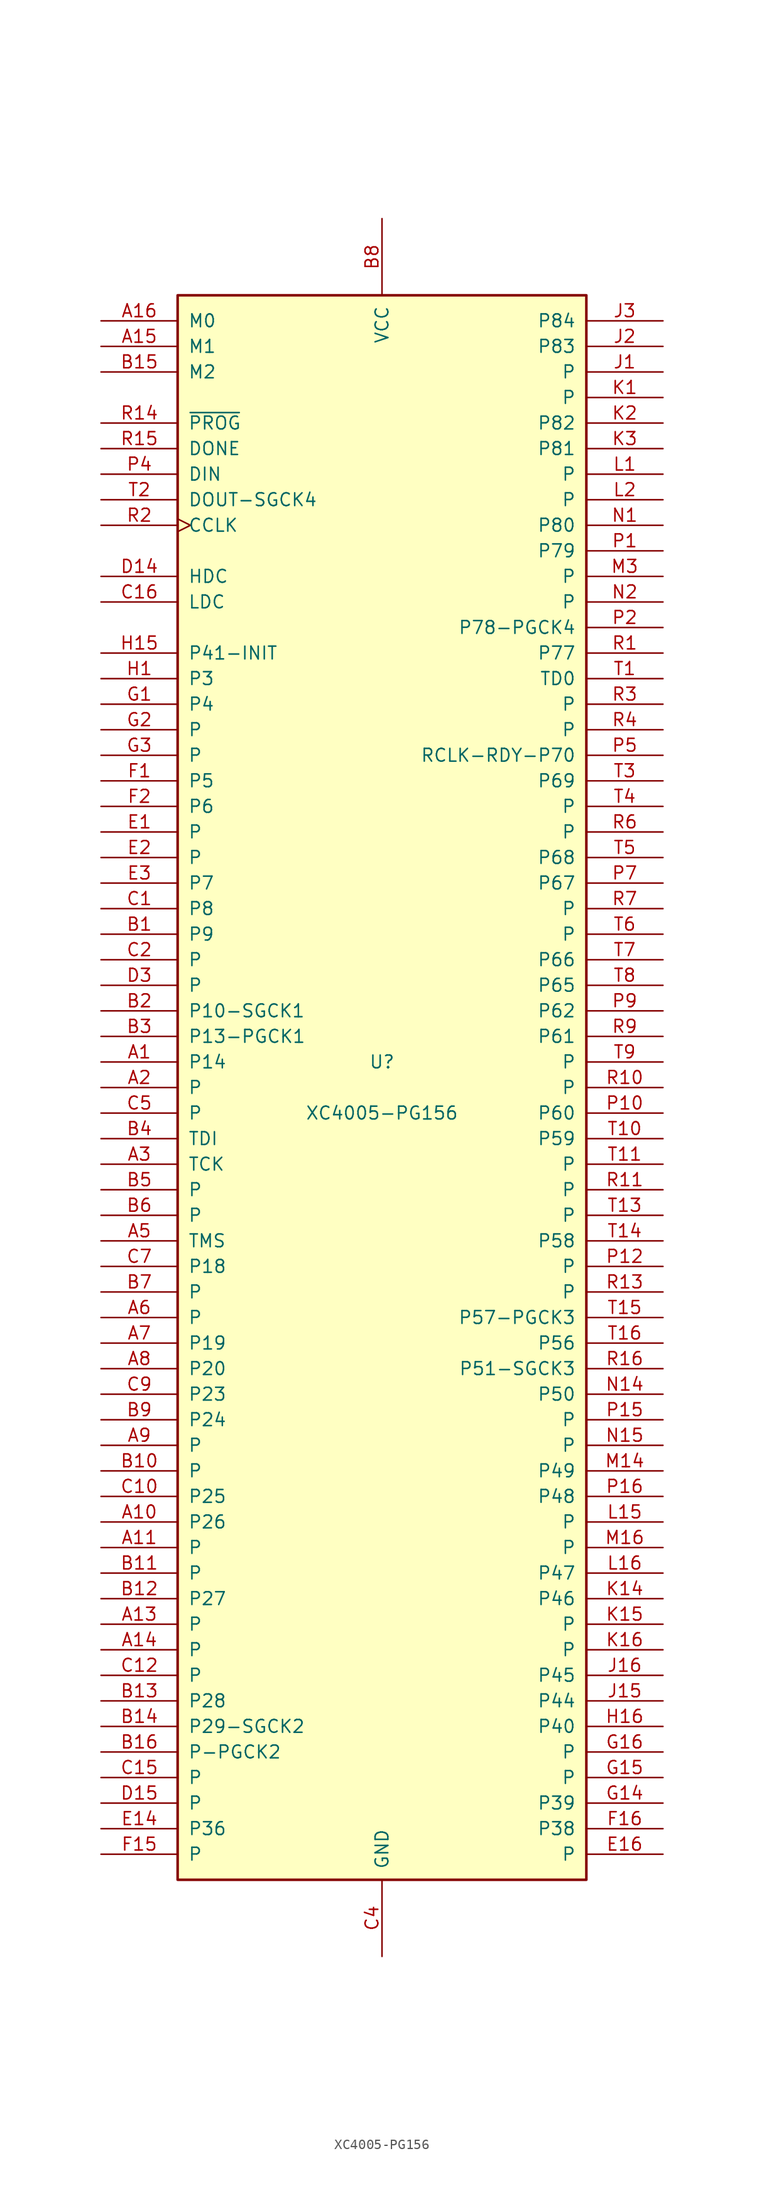
<source format=kicad_sym>
(kicad_symbol_lib
  (version 20220914)
  (generator kicad_symbol_editor)
  (symbol "XC4005-PG156"
    (pin_names
      (offset 1.016))
    (property "Reference" "U"
      (at 0 2.54 0)
      (effects (font (size 1.27 1.27))))
    (property "Value" "XC4005-PG156"
      (at 0 -2.54 0)
      (effects (font (size 1.27 1.27))))
    (symbol "XC4005-PG156_0_1"
      (rectangle (start -20.32 -78.74) (end 20.32 78.74) (stroke (width 0.254) (type default)) (fill (type background))))
    (symbol "XC4005-PG156_1_1"
      (pin passive line (at -27.94 2.54 0) (length 7.62) (name "P14" (effects (font (size 1.27 1.27)))) (number "A1" (effects (font (size 1.27 1.27)))))
      (pin passive line (at -27.94 -43.18 0) (length 7.62) (name "P26" (effects (font (size 1.27 1.27)))) (number "A10" (effects (font (size 1.27 1.27)))))
      (pin passive line (at -27.94 -45.72 0) (length 7.62) (name "P" (effects (font (size 1.27 1.27)))) (number "A11" (effects (font (size 1.27 1.27)))))
      (pin passive line (at -27.94 -53.34 0) (length 7.62) (name "P" (effects (font (size 1.27 1.27)))) (number "A13" (effects (font (size 1.27 1.27)))))
      (pin passive line (at -27.94 -55.88 0) (length 7.62) (name "P" (effects (font (size 1.27 1.27)))) (number "A14" (effects (font (size 1.27 1.27)))))
      (pin input line (at -27.94 73.66 0) (length 7.62) (name "M1" (effects (font (size 1.27 1.27)))) (number "A15" (effects (font (size 1.27 1.27)))))
      (pin input line (at -27.94 76.2 0) (length 7.62) (name "M0" (effects (font (size 1.27 1.27)))) (number "A16" (effects (font (size 1.27 1.27)))))
      (pin passive line (at -27.94 0 0) (length 7.62) (name "P" (effects (font (size 1.27 1.27)))) (number "A2" (effects (font (size 1.27 1.27)))))
      (pin passive line (at -27.94 -7.62 0) (length 7.62) (name "TCK" (effects (font (size 1.27 1.27)))) (number "A3" (effects (font (size 1.27 1.27)))))
      (pin passive line (at -27.94 -15.24 0) (length 7.62) (name "TMS" (effects (font (size 1.27 1.27)))) (number "A5" (effects (font (size 1.27 1.27)))))
      (pin passive line (at -27.94 -22.86 0) (length 7.62) (name "P" (effects (font (size 1.27 1.27)))) (number "A6" (effects (font (size 1.27 1.27)))))
      (pin passive line (at -27.94 -25.4 0) (length 7.62) (name "P19" (effects (font (size 1.27 1.27)))) (number "A7" (effects (font (size 1.27 1.27)))))
      (pin passive line (at -27.94 -27.94 0) (length 7.62) (name "P20" (effects (font (size 1.27 1.27)))) (number "A8" (effects (font (size 1.27 1.27)))))
      (pin passive line (at -27.94 -35.56 0) (length 7.62) (name "P" (effects (font (size 1.27 1.27)))) (number "A9" (effects (font (size 1.27 1.27)))))
      (pin passive line (at -27.94 15.24 0) (length 7.62) (name "P9" (effects (font (size 1.27 1.27)))) (number "B1" (effects (font (size 1.27 1.27)))))
      (pin passive line (at -27.94 -38.1 0) (length 7.62) (name "P" (effects (font (size 1.27 1.27)))) (number "B10" (effects (font (size 1.27 1.27)))))
      (pin passive line (at -27.94 -48.26 0) (length 7.62) (name "P" (effects (font (size 1.27 1.27)))) (number "B11" (effects (font (size 1.27 1.27)))))
      (pin passive line (at -27.94 -50.8 0) (length 7.62) (name "P27" (effects (font (size 1.27 1.27)))) (number "B12" (effects (font (size 1.27 1.27)))))
      (pin passive line (at -27.94 -60.96 0) (length 7.62) (name "P28" (effects (font (size 1.27 1.27)))) (number "B13" (effects (font (size 1.27 1.27)))))
      (pin passive line (at -27.94 -63.5 0) (length 7.62) (name "P29-SGCK2" (effects (font (size 1.27 1.27)))) (number "B14" (effects (font (size 1.27 1.27)))))
      (pin input line (at -27.94 71.12 0) (length 7.62) (name "M2" (effects (font (size 1.27 1.27)))) (number "B15" (effects (font (size 1.27 1.27)))))
      (pin passive line (at -27.94 -66.04 0) (length 7.62) (name "P-PGCK2" (effects (font (size 1.27 1.27)))) (number "B16" (effects (font (size 1.27 1.27)))))
      (pin passive line (at -27.94 7.62 0) (length 7.62) (name "P10-SGCK1" (effects (font (size 1.27 1.27)))) (number "B2" (effects (font (size 1.27 1.27)))))
      (pin passive line (at -27.94 5.08 0) (length 7.62) (name "P13-PGCK1" (effects (font (size 1.27 1.27)))) (number "B3" (effects (font (size 1.27 1.27)))))
      (pin passive line (at -27.94 -5.08 0) (length 7.62) (name "TDI" (effects (font (size 1.27 1.27)))) (number "B4" (effects (font (size 1.27 1.27)))))
      (pin passive line (at -27.94 -10.16 0) (length 7.62) (name "P" (effects (font (size 1.27 1.27)))) (number "B5" (effects (font (size 1.27 1.27)))))
      (pin passive line (at -27.94 -12.7 0) (length 7.62) (name "P" (effects (font (size 1.27 1.27)))) (number "B6" (effects (font (size 1.27 1.27)))))
      (pin passive line (at -27.94 -20.32 0) (length 7.62) (name "P" (effects (font (size 1.27 1.27)))) (number "B7" (effects (font (size 1.27 1.27)))))
      (pin power_in line (at 0 86.36 270) (length 7.62) (name "VCC" (effects (font (size 1.27 1.27)))) (number "B8" (effects (font (size 1.27 1.27)))))
      (pin passive line (at -27.94 -33.02 0) (length 7.62) (name "P24" (effects (font (size 1.27 1.27)))) (number "B9" (effects (font (size 1.27 1.27)))))
      (pin passive line (at -27.94 17.78 0) (length 7.62) (name "P8" (effects (font (size 1.27 1.27)))) (number "C1" (effects (font (size 1.27 1.27)))))
      (pin passive line (at -27.94 -40.64 0) (length 7.62) (name "P25" (effects (font (size 1.27 1.27)))) (number "C10" (effects (font (size 1.27 1.27)))))
      (pin passive line (at 0 -86.36 90) (length 7.62) hide (name "GND" (effects (font (size 1.27 1.27)))) (number "C11" (effects (font (size 1.27 1.27)))))
      (pin passive line (at -27.94 -58.42 0) (length 7.62) (name "P" (effects (font (size 1.27 1.27)))) (number "C12" (effects (font (size 1.27 1.27)))))
      (pin passive line (at 0 -86.36 90) (length 7.62) hide (name "GND" (effects (font (size 1.27 1.27)))) (number "C13" (effects (font (size 1.27 1.27)))))
      (pin passive line (at 0 86.36 270) (length 7.62) hide (name "VCC" (effects (font (size 1.27 1.27)))) (number "C14" (effects (font (size 1.27 1.27)))))
      (pin passive line (at -27.94 -68.58 0) (length 7.62) (name "P" (effects (font (size 1.27 1.27)))) (number "C15" (effects (font (size 1.27 1.27)))))
      (pin passive line (at -27.94 48.26 0) (length 7.62) (name "LDC" (effects (font (size 1.27 1.27)))) (number "C16" (effects (font (size 1.27 1.27)))))
      (pin passive line (at -27.94 12.7 0) (length 7.62) (name "P" (effects (font (size 1.27 1.27)))) (number "C2" (effects (font (size 1.27 1.27)))))
      (pin passive line (at 0 86.36 270) (length 7.62) hide (name "VCC" (effects (font (size 1.27 1.27)))) (number "C3" (effects (font (size 1.27 1.27)))))
      (pin power_in line (at 0 -86.36 90) (length 7.62) (name "GND" (effects (font (size 1.27 1.27)))) (number "C4" (effects (font (size 1.27 1.27)))))
      (pin passive line (at -27.94 -2.54 0) (length 7.62) (name "P" (effects (font (size 1.27 1.27)))) (number "C5" (effects (font (size 1.27 1.27)))))
      (pin passive line (at 0 -86.36 90) (length 7.62) hide (name "GND" (effects (font (size 1.27 1.27)))) (number "C6" (effects (font (size 1.27 1.27)))))
      (pin passive line (at -27.94 -17.78 0) (length 7.62) (name "P18" (effects (font (size 1.27 1.27)))) (number "C7" (effects (font (size 1.27 1.27)))))
      (pin passive line (at 0 -86.36 90) (length 7.62) hide (name "GND" (effects (font (size 1.27 1.27)))) (number "C8" (effects (font (size 1.27 1.27)))))
      (pin passive line (at -27.94 -30.48 0) (length 7.62) (name "P23" (effects (font (size 1.27 1.27)))) (number "C9" (effects (font (size 1.27 1.27)))))
      (pin passive line (at -27.94 50.8 0) (length 7.62) (name "HDC" (effects (font (size 1.27 1.27)))) (number "D14" (effects (font (size 1.27 1.27)))))
      (pin passive line (at -27.94 -71.12 0) (length 7.62) (name "P" (effects (font (size 1.27 1.27)))) (number "D15" (effects (font (size 1.27 1.27)))))
      (pin passive line (at -27.94 10.16 0) (length 7.62) (name "P" (effects (font (size 1.27 1.27)))) (number "D3" (effects (font (size 1.27 1.27)))))
      (pin passive line (at -27.94 25.4 0) (length 7.62) (name "P" (effects (font (size 1.27 1.27)))) (number "E1" (effects (font (size 1.27 1.27)))))
      (pin bidirectional line (at -27.94 -73.66 0) (length 7.62) (name "P36" (effects (font (size 1.27 1.27)))) (number "E14" (effects (font (size 1.27 1.27)))))
      (pin passive line (at 27.94 -76.2 180) (length 7.62) (name "P" (effects (font (size 1.27 1.27)))) (number "E16" (effects (font (size 1.27 1.27)))))
      (pin passive line (at -27.94 22.86 0) (length 7.62) (name "P" (effects (font (size 1.27 1.27)))) (number "E2" (effects (font (size 1.27 1.27)))))
      (pin passive line (at -27.94 20.32 0) (length 7.62) (name "P7" (effects (font (size 1.27 1.27)))) (number "E3" (effects (font (size 1.27 1.27)))))
      (pin passive line (at -27.94 30.48 0) (length 7.62) (name "P5" (effects (font (size 1.27 1.27)))) (number "F1" (effects (font (size 1.27 1.27)))))
      (pin passive line (at 0 -86.36 90) (length 7.62) hide (name "GND" (effects (font (size 1.27 1.27)))) (number "F14" (effects (font (size 1.27 1.27)))))
      (pin passive line (at -27.94 -76.2 0) (length 7.62) (name "P" (effects (font (size 1.27 1.27)))) (number "F15" (effects (font (size 1.27 1.27)))))
      (pin passive line (at 27.94 -73.66 180) (length 7.62) (name "P38" (effects (font (size 1.27 1.27)))) (number "F16" (effects (font (size 1.27 1.27)))))
      (pin passive line (at -27.94 27.94 0) (length 7.62) (name "P6" (effects (font (size 1.27 1.27)))) (number "F2" (effects (font (size 1.27 1.27)))))
      (pin passive line (at 0 -86.36 90) (length 7.62) hide (name "GND" (effects (font (size 1.27 1.27)))) (number "F3" (effects (font (size 1.27 1.27)))))
      (pin passive line (at -27.94 38.1 0) (length 7.62) (name "P4" (effects (font (size 1.27 1.27)))) (number "G1" (effects (font (size 1.27 1.27)))))
      (pin passive line (at 27.94 -71.12 180) (length 7.62) (name "P39" (effects (font (size 1.27 1.27)))) (number "G14" (effects (font (size 1.27 1.27)))))
      (pin passive line (at 27.94 -68.58 180) (length 7.62) (name "P" (effects (font (size 1.27 1.27)))) (number "G15" (effects (font (size 1.27 1.27)))))
      (pin passive line (at 27.94 -66.04 180) (length 7.62) (name "P" (effects (font (size 1.27 1.27)))) (number "G16" (effects (font (size 1.27 1.27)))))
      (pin passive line (at -27.94 35.56 0) (length 7.62) (name "P" (effects (font (size 1.27 1.27)))) (number "G2" (effects (font (size 1.27 1.27)))))
      (pin passive line (at -27.94 33.02 0) (length 7.62) (name "P" (effects (font (size 1.27 1.27)))) (number "G3" (effects (font (size 1.27 1.27)))))
      (pin passive line (at -27.94 40.64 0) (length 7.62) (name "P3" (effects (font (size 1.27 1.27)))) (number "H1" (effects (font (size 1.27 1.27)))))
      (pin passive line (at 0 86.36 270) (length 7.62) hide (name "VCC" (effects (font (size 1.27 1.27)))) (number "H14" (effects (font (size 1.27 1.27)))))
      (pin bidirectional line (at -27.94 43.18 0) (length 7.62) (name "P41-INIT" (effects (font (size 1.27 1.27)))) (number "H15" (effects (font (size 1.27 1.27)))))
      (pin passive line (at 27.94 -63.5 180) (length 7.62) (name "P40" (effects (font (size 1.27 1.27)))) (number "H16" (effects (font (size 1.27 1.27)))))
      (pin passive line (at 0 -86.36 90) (length 7.62) hide (name "GND" (effects (font (size 1.27 1.27)))) (number "H2" (effects (font (size 1.27 1.27)))))
      (pin passive line (at 0 86.36 270) (length 7.62) hide (name "VCC" (effects (font (size 1.27 1.27)))) (number "H3" (effects (font (size 1.27 1.27)))))
      (pin passive line (at 27.94 71.12 180) (length 7.62) (name "P" (effects (font (size 1.27 1.27)))) (number "J1" (effects (font (size 1.27 1.27)))))
      (pin passive line (at 0 -86.36 90) (length 7.62) hide (name "GND" (effects (font (size 1.27 1.27)))) (number "J14" (effects (font (size 1.27 1.27)))))
      (pin passive line (at 27.94 -60.96 180) (length 7.62) (name "P44" (effects (font (size 1.27 1.27)))) (number "J15" (effects (font (size 1.27 1.27)))))
      (pin passive line (at 27.94 -58.42 180) (length 7.62) (name "P45" (effects (font (size 1.27 1.27)))) (number "J16" (effects (font (size 1.27 1.27)))))
      (pin passive line (at 27.94 73.66 180) (length 7.62) (name "P83" (effects (font (size 1.27 1.27)))) (number "J2" (effects (font (size 1.27 1.27)))))
      (pin passive line (at 27.94 76.2 180) (length 7.62) (name "P84" (effects (font (size 1.27 1.27)))) (number "J3" (effects (font (size 1.27 1.27)))))
      (pin passive line (at 27.94 68.58 180) (length 7.62) (name "P" (effects (font (size 1.27 1.27)))) (number "K1" (effects (font (size 1.27 1.27)))))
      (pin passive line (at 27.94 -50.8 180) (length 7.62) (name "P46" (effects (font (size 1.27 1.27)))) (number "K14" (effects (font (size 1.27 1.27)))))
      (pin passive line (at 27.94 -53.34 180) (length 7.62) (name "P" (effects (font (size 1.27 1.27)))) (number "K15" (effects (font (size 1.27 1.27)))))
      (pin passive line (at 27.94 -55.88 180) (length 7.62) (name "P" (effects (font (size 1.27 1.27)))) (number "K16" (effects (font (size 1.27 1.27)))))
      (pin passive line (at 27.94 66.04 180) (length 7.62) (name "P82" (effects (font (size 1.27 1.27)))) (number "K2" (effects (font (size 1.27 1.27)))))
      (pin passive line (at 27.94 63.5 180) (length 7.62) (name "P81" (effects (font (size 1.27 1.27)))) (number "K3" (effects (font (size 1.27 1.27)))))
      (pin passive line (at 27.94 60.96 180) (length 7.62) (name "P" (effects (font (size 1.27 1.27)))) (number "L1" (effects (font (size 1.27 1.27)))))
      (pin passive line (at 0 -86.36 90) (length 7.62) hide (name "GND" (effects (font (size 1.27 1.27)))) (number "L14" (effects (font (size 1.27 1.27)))))
      (pin passive line (at 27.94 -43.18 180) (length 7.62) (name "P" (effects (font (size 1.27 1.27)))) (number "L15" (effects (font (size 1.27 1.27)))))
      (pin passive line (at 27.94 -48.26 180) (length 7.62) (name "P47" (effects (font (size 1.27 1.27)))) (number "L16" (effects (font (size 1.27 1.27)))))
      (pin passive line (at 27.94 58.42 180) (length 7.62) (name "P" (effects (font (size 1.27 1.27)))) (number "L2" (effects (font (size 1.27 1.27)))))
      (pin passive line (at 0 -86.36 90) (length 7.62) hide (name "GND" (effects (font (size 1.27 1.27)))) (number "L3" (effects (font (size 1.27 1.27)))))
      (pin passive line (at 27.94 -38.1 180) (length 7.62) (name "P49" (effects (font (size 1.27 1.27)))) (number "M14" (effects (font (size 1.27 1.27)))))
      (pin passive line (at 27.94 -45.72 180) (length 7.62) (name "P" (effects (font (size 1.27 1.27)))) (number "M16" (effects (font (size 1.27 1.27)))))
      (pin passive line (at 27.94 50.8 180) (length 7.62) (name "P" (effects (font (size 1.27 1.27)))) (number "M3" (effects (font (size 1.27 1.27)))))
      (pin passive line (at 27.94 55.88 180) (length 7.62) (name "P80" (effects (font (size 1.27 1.27)))) (number "N1" (effects (font (size 1.27 1.27)))))
      (pin passive line (at 27.94 -30.48 180) (length 7.62) (name "P50" (effects (font (size 1.27 1.27)))) (number "N14" (effects (font (size 1.27 1.27)))))
      (pin passive line (at 27.94 -35.56 180) (length 7.62) (name "P" (effects (font (size 1.27 1.27)))) (number "N15" (effects (font (size 1.27 1.27)))))
      (pin passive line (at 27.94 48.26 180) (length 7.62) (name "P" (effects (font (size 1.27 1.27)))) (number "N2" (effects (font (size 1.27 1.27)))))
      (pin passive line (at 0 -86.36 90) (length 7.62) hide (name "GND" (effects (font (size 1.27 1.27)))) (number "N3" (effects (font (size 1.27 1.27)))))
      (pin passive line (at 27.94 53.34 180) (length 7.62) (name "P79" (effects (font (size 1.27 1.27)))) (number "P1" (effects (font (size 1.27 1.27)))))
      (pin passive line (at 27.94 -2.54 180) (length 7.62) (name "P60" (effects (font (size 1.27 1.27)))) (number "P10" (effects (font (size 1.27 1.27)))))
      (pin passive line (at 0 -86.36 90) (length 7.62) hide (name "GND" (effects (font (size 1.27 1.27)))) (number "P11" (effects (font (size 1.27 1.27)))))
      (pin passive line (at 27.94 -17.78 180) (length 7.62) (name "P" (effects (font (size 1.27 1.27)))) (number "P12" (effects (font (size 1.27 1.27)))))
      (pin passive line (at 0 86.36 270) (length 7.62) hide (name "VCC" (effects (font (size 1.27 1.27)))) (number "P13" (effects (font (size 1.27 1.27)))))
      (pin passive line (at 0 -86.36 90) (length 7.62) hide (name "GND" (effects (font (size 1.27 1.27)))) (number "P14" (effects (font (size 1.27 1.27)))))
      (pin passive line (at 27.94 -33.02 180) (length 7.62) (name "P" (effects (font (size 1.27 1.27)))) (number "P15" (effects (font (size 1.27 1.27)))))
      (pin passive line (at 27.94 -40.64 180) (length 7.62) (name "P48" (effects (font (size 1.27 1.27)))) (number "P16" (effects (font (size 1.27 1.27)))))
      (pin passive line (at 27.94 45.72 180) (length 7.62) (name "P78-PGCK4" (effects (font (size 1.27 1.27)))) (number "P2" (effects (font (size 1.27 1.27)))))
      (pin passive line (at 0 86.36 270) (length 7.62) hide (name "VCC" (effects (font (size 1.27 1.27)))) (number "P3" (effects (font (size 1.27 1.27)))))
      (pin input line (at -27.94 60.96 0) (length 7.62) (name "DIN" (effects (font (size 1.27 1.27)))) (number "P4" (effects (font (size 1.27 1.27)))))
      (pin passive line (at 27.94 33.02 180) (length 7.62) (name "RCLK-RDY-P70" (effects (font (size 1.27 1.27)))) (number "P5" (effects (font (size 1.27 1.27)))))
      (pin passive line (at 0 -86.36 90) (length 7.62) hide (name "GND" (effects (font (size 1.27 1.27)))) (number "P6" (effects (font (size 1.27 1.27)))))
      (pin passive line (at 27.94 20.32 180) (length 7.62) (name "P67" (effects (font (size 1.27 1.27)))) (number "P7" (effects (font (size 1.27 1.27)))))
      (pin passive line (at 0 -86.36 90) (length 7.62) hide (name "GND" (effects (font (size 1.27 1.27)))) (number "P8" (effects (font (size 1.27 1.27)))))
      (pin passive line (at 27.94 7.62 180) (length 7.62) (name "P62" (effects (font (size 1.27 1.27)))) (number "P9" (effects (font (size 1.27 1.27)))))
      (pin passive line (at 27.94 43.18 180) (length 7.62) (name "P77" (effects (font (size 1.27 1.27)))) (number "R1" (effects (font (size 1.27 1.27)))))
      (pin passive line (at 27.94 0 180) (length 7.62) (name "P" (effects (font (size 1.27 1.27)))) (number "R10" (effects (font (size 1.27 1.27)))))
      (pin passive line (at 27.94 -10.16 180) (length 7.62) (name "P" (effects (font (size 1.27 1.27)))) (number "R11" (effects (font (size 1.27 1.27)))))
      (pin passive line (at 27.94 -20.32 180) (length 7.62) (name "P" (effects (font (size 1.27 1.27)))) (number "R13" (effects (font (size 1.27 1.27)))))
      (pin input line (at -27.94 66.04 0) (length 7.62) (name "~{PROG}" (effects (font (size 1.27 1.27)))) (number "R14" (effects (font (size 1.27 1.27)))))
      (pin bidirectional line (at -27.94 63.5 0) (length 7.62) (name "DONE" (effects (font (size 1.27 1.27)))) (number "R15" (effects (font (size 1.27 1.27)))))
      (pin passive line (at 27.94 -27.94 180) (length 7.62) (name "P51-SGCK3" (effects (font (size 1.27 1.27)))) (number "R16" (effects (font (size 1.27 1.27)))))
      (pin passive clock (at -27.94 55.88 0) (length 7.62) (name "CCLK" (effects (font (size 1.27 1.27)))) (number "R2" (effects (font (size 1.27 1.27)))))
      (pin passive line (at 27.94 38.1 180) (length 7.62) (name "P" (effects (font (size 1.27 1.27)))) (number "R3" (effects (font (size 1.27 1.27)))))
      (pin passive line (at 27.94 35.56 180) (length 7.62) (name "P" (effects (font (size 1.27 1.27)))) (number "R4" (effects (font (size 1.27 1.27)))))
      (pin passive line (at 27.94 25.4 180) (length 7.62) (name "P" (effects (font (size 1.27 1.27)))) (number "R6" (effects (font (size 1.27 1.27)))))
      (pin passive line (at 27.94 17.78 180) (length 7.62) (name "P" (effects (font (size 1.27 1.27)))) (number "R7" (effects (font (size 1.27 1.27)))))
      (pin passive line (at 0 86.36 270) (length 7.62) hide (name "VCC" (effects (font (size 1.27 1.27)))) (number "R8" (effects (font (size 1.27 1.27)))))
      (pin passive line (at 27.94 5.08 180) (length 7.62) (name "P61" (effects (font (size 1.27 1.27)))) (number "R9" (effects (font (size 1.27 1.27)))))
      (pin output line (at 27.94 40.64 180) (length 7.62) (name "TD0" (effects (font (size 1.27 1.27)))) (number "T1" (effects (font (size 1.27 1.27)))))
      (pin passive line (at 27.94 -5.08 180) (length 7.62) (name "P59" (effects (font (size 1.27 1.27)))) (number "T10" (effects (font (size 1.27 1.27)))))
      (pin passive line (at 27.94 -7.62 180) (length 7.62) (name "P" (effects (font (size 1.27 1.27)))) (number "T11" (effects (font (size 1.27 1.27)))))
      (pin passive line (at 27.94 -12.7 180) (length 7.62) (name "P" (effects (font (size 1.27 1.27)))) (number "T13" (effects (font (size 1.27 1.27)))))
      (pin passive line (at 27.94 -15.24 180) (length 7.62) (name "P58" (effects (font (size 1.27 1.27)))) (number "T14" (effects (font (size 1.27 1.27)))))
      (pin passive line (at 27.94 -22.86 180) (length 7.62) (name "P57-PGCK3" (effects (font (size 1.27 1.27)))) (number "T15" (effects (font (size 1.27 1.27)))))
      (pin passive line (at 27.94 -25.4 180) (length 7.62) (name "P56" (effects (font (size 1.27 1.27)))) (number "T16" (effects (font (size 1.27 1.27)))))
      (pin passive line (at -27.94 58.42 0) (length 7.62) (name "DOUT-SGCK4" (effects (font (size 1.27 1.27)))) (number "T2" (effects (font (size 1.27 1.27)))))
      (pin passive line (at 27.94 30.48 180) (length 7.62) (name "P69" (effects (font (size 1.27 1.27)))) (number "T3" (effects (font (size 1.27 1.27)))))
      (pin passive line (at 27.94 27.94 180) (length 7.62) (name "P" (effects (font (size 1.27 1.27)))) (number "T4" (effects (font (size 1.27 1.27)))))
      (pin passive line (at 27.94 22.86 180) (length 7.62) (name "P68" (effects (font (size 1.27 1.27)))) (number "T5" (effects (font (size 1.27 1.27)))))
      (pin passive line (at 27.94 15.24 180) (length 7.62) (name "P" (effects (font (size 1.27 1.27)))) (number "T6" (effects (font (size 1.27 1.27)))))
      (pin passive line (at 27.94 12.7 180) (length 7.62) (name "P66" (effects (font (size 1.27 1.27)))) (number "T7" (effects (font (size 1.27 1.27)))))
      (pin passive line (at 27.94 10.16 180) (length 7.62) (name "P65" (effects (font (size 1.27 1.27)))) (number "T8" (effects (font (size 1.27 1.27)))))
      (pin passive line (at 27.94 2.54 180) (length 7.62) (name "P" (effects (font (size 1.27 1.27)))) (number "T9" (effects (font (size 1.27 1.27))))))))
</source>
